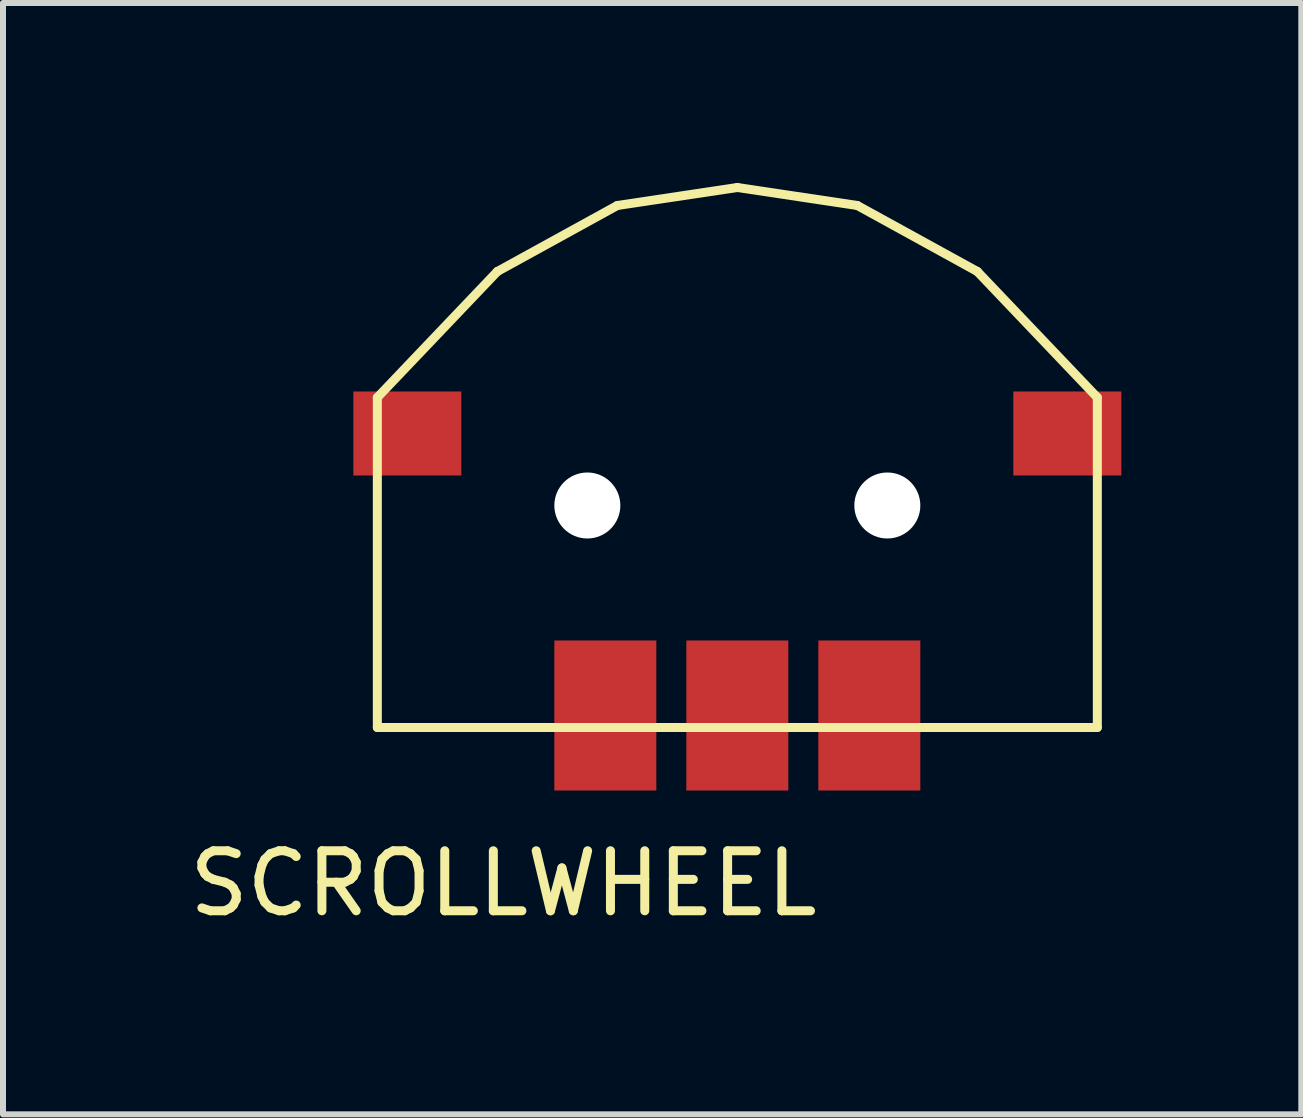
<source format=kicad_pcb>
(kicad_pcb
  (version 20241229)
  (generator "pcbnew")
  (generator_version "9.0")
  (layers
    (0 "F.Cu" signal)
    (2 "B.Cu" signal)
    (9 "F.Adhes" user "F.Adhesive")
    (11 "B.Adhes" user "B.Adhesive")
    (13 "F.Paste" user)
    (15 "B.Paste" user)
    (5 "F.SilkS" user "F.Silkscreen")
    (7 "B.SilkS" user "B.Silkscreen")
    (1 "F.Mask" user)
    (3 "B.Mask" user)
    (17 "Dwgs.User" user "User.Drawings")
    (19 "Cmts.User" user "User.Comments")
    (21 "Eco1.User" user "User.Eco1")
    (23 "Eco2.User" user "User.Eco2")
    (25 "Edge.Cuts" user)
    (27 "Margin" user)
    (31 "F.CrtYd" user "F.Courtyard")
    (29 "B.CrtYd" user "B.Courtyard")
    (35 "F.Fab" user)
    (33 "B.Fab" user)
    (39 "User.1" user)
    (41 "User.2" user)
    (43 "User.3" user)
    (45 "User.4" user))
  (footprint "SCROLLWHEEL"
    (layer "F.Cu")
    (at 9.239 4.075)
    (property "Reference" "SCROLLWHEEL" (at -3.9 7.6 0) (layer "F.SilkS") (effects (font (size 1 1) (thickness 0.15))))
    (attr through_hole)
    (fp_line (start -6 -0.5) (end -4 -2.6) (stroke (width 0.15) (type solid)) (layer "F.SilkS"))
    (fp_line (start -6 5) (end -6 -0.5) (stroke (width 0.15) (type solid)) (layer "F.SilkS"))
    (fp_line (start -6 5) (end 6 5) (stroke (width 0.15) (type solid)) (layer "F.SilkS"))
    (fp_line (start -4 -2.6) (end -2 -3.7) (stroke (width 0.15) (type solid)) (layer "F.SilkS"))
    (fp_line (start -2 -3.7) (end 0 -4) (stroke (width 0.15) (type solid)) (layer "F.SilkS"))
    (fp_line (start 0 -4) (end 2 -3.7) (stroke (width 0.15) (type solid)) (layer "F.SilkS"))
    (fp_line (start 2 -3.7) (end 4 -2.6) (stroke (width 0.15) (type solid)) (layer "F.SilkS"))
    (fp_line (start 4 -2.6) (end 6 -0.5) (stroke (width 0.15) (type solid)) (layer "F.SilkS"))
    (fp_line (start 6 5) (end 6 -0.5) (stroke (width 0.15) (type solid)) (layer "F.SilkS"))
    (pad "" np_thru_hole circle (at -2.5 1.3) (size 1.1 1.1) (drill 1.1) (layers "*.Cu" "*.Mask"))
    (pad "" np_thru_hole circle (at 2.5 1.3) (size 1.1 1.1) (drill 1.1) (layers "*.Cu" "*.Mask"))
    (pad "1" smd rect (at -2.2 4.8) (size 1.7 2.5) (layers "F.Cu" "F.Mask" "F.Paste"))
    (pad "2" smd rect (at 0 4.8) (size 1.7 2.5) (layers "F.Cu" "F.Mask" "F.Paste"))
    (pad "3" smd rect (at 2.2 4.8) (size 1.7 2.5) (layers "F.Cu" "F.Mask" "F.Paste"))
    (pad "4" smd rect (at 5.5 0.1) (size 1.8 1.4) (layers "F.Cu" "F.Mask" "F.Paste"))
    (pad "5" smd rect (at -5.5 0.1) (size 1.8 1.4) (layers "F.Cu" "F.Mask" "F.Paste")))
  (gr_rect
    (start -3 -3)
    (end 18.639 15.523)
    (stroke (width 0.1) (type default))
    (fill no)
    (layer "Edge.Cuts")))
</source>
